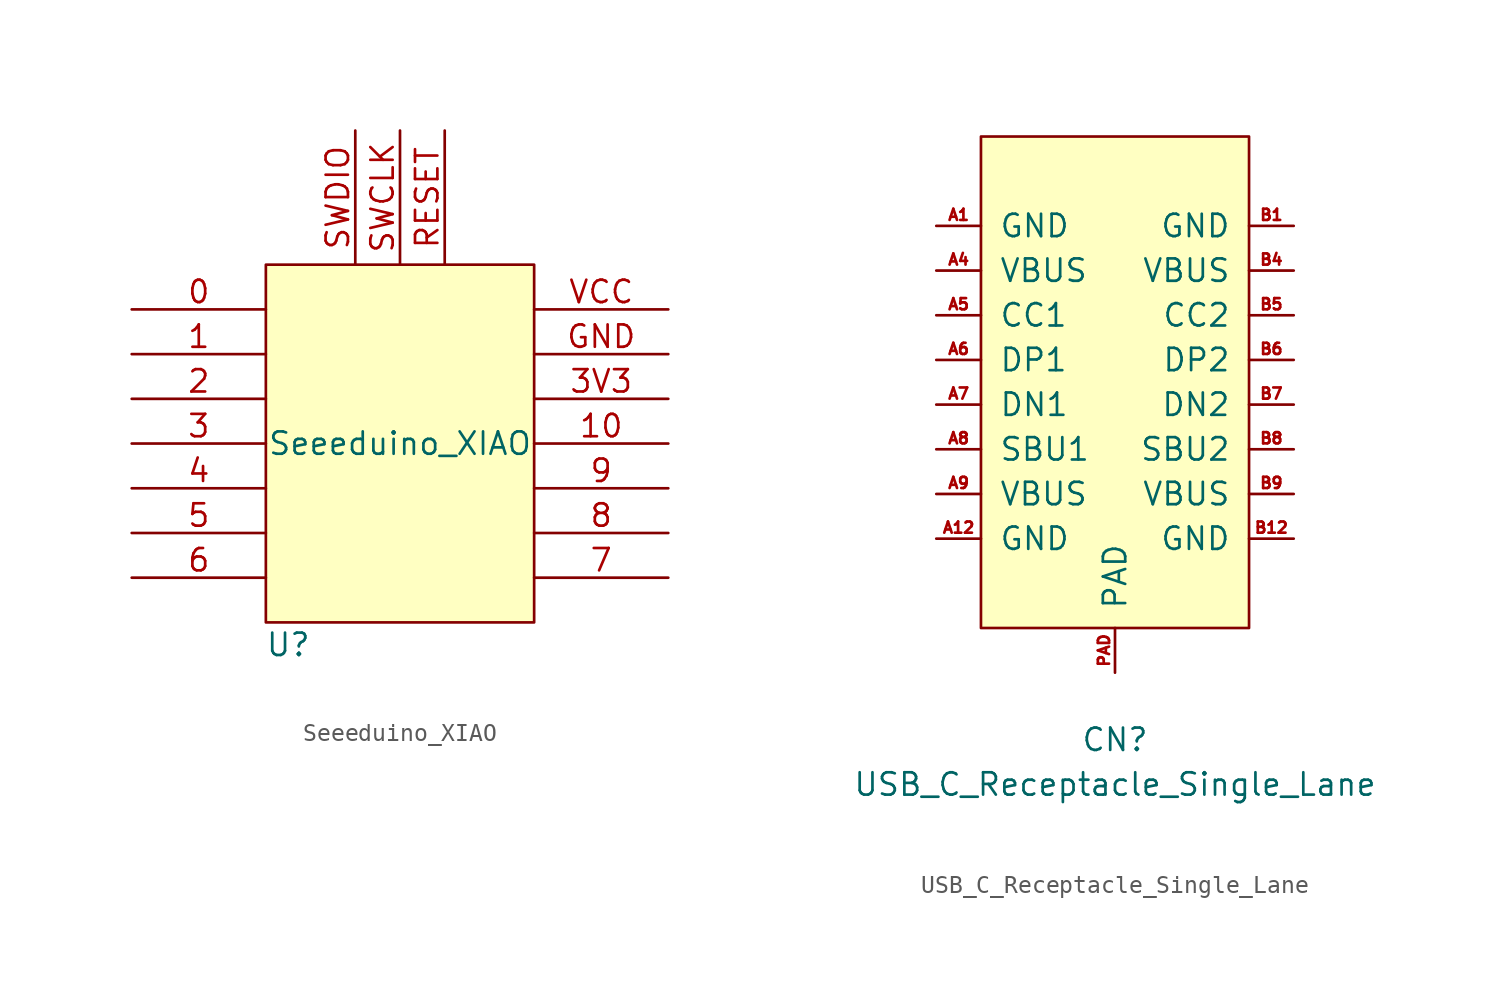
<source format=kicad_sym>
(kicad_symbol_lib
  (version 20211014)
  (generator kicad_symbol_editor)
  (symbol "Seeeduino_XIAO"
    (property "Reference" "U"
      (at -6.35 -11.43 0)
      (effects (font (size 1.27 1.27))))
    (property "Value" "Seeeduino_XIAO"
      (at 0 0 0)
      (effects (font (size 1.27 1.27))))
    (symbol "Seeeduino_XIAO_0_0"
      (pin tri_state line (at -15.24 7.62 0) (length 7.62) (name "" (effects (font (size 1.27 1.27)))) (number "0" (effects (font (size 1.27 1.27)))))
      (pin tri_state line (at -15.24 5.08 0) (length 7.62) (name "" (effects (font (size 1.27 1.27)))) (number "1" (effects (font (size 1.27 1.27)))))
      (pin tri_state line (at 15.24 0 180) (length 7.62) (name "" (effects (font (size 1.27 1.27)))) (number "10" (effects (font (size 1.27 1.27)))))
      (pin tri_state line (at -15.24 2.54 0) (length 7.62) (name "" (effects (font (size 1.27 1.27)))) (number "2" (effects (font (size 1.27 1.27)))))
      (pin tri_state line (at -15.24 0 0) (length 7.62) (name "" (effects (font (size 1.27 1.27)))) (number "3" (effects (font (size 1.27 1.27)))))
      (pin power_out line (at 15.24 2.54 180) (length 7.62) (name "" (effects (font (size 1.27 1.27)))) (number "3V3" (effects (font (size 1.27 1.27)))))
      (pin tri_state line (at -15.24 -2.54 0) (length 7.62) (name "" (effects (font (size 1.27 1.27)))) (number "4" (effects (font (size 1.27 1.27)))))
      (pin tri_state line (at -15.24 -5.08 0) (length 7.62) (name "" (effects (font (size 1.27 1.27)))) (number "5" (effects (font (size 1.27 1.27)))))
      (pin tri_state line (at -15.24 -7.62 0) (length 7.62) (name "" (effects (font (size 1.27 1.27)))) (number "6" (effects (font (size 1.27 1.27)))))
      (pin tri_state line (at 15.24 -7.62 180) (length 7.62) (name "" (effects (font (size 1.27 1.27)))) (number "7" (effects (font (size 1.27 1.27)))))
      (pin tri_state line (at 15.24 -5.08 180) (length 7.62) (name "" (effects (font (size 1.27 1.27)))) (number "8" (effects (font (size 1.27 1.27)))))
      (pin tri_state line (at 15.24 -2.54 180) (length 7.62) (name "" (effects (font (size 1.27 1.27)))) (number "9" (effects (font (size 1.27 1.27)))))
      (pin power_in line (at 15.24 5.08 180) (length 7.62) (name "" (effects (font (size 1.27 1.27)))) (number "GND" (effects (font (size 1.27 1.27)))))
      (pin input line (at 2.54 17.78 270) (length 7.62) (name "" (effects (font (size 1.27 1.27)))) (number "RESET" (effects (font (size 1.27 1.27)))))
      (pin tri_state line (at 0 17.78 270) (length 7.62) (name "" (effects (font (size 1.27 1.27)))) (number "SWCLK" (effects (font (size 1.27 1.27)))))
      (pin tri_state line (at -2.54 17.78 270) (length 7.62) (name "" (effects (font (size 1.27 1.27)))) (number "SWDIO" (effects (font (size 1.27 1.27)))))
      (pin power_in line (at 15.24 7.62 180) (length 7.62) (name "" (effects (font (size 1.27 1.27)))) (number "VCC" (effects (font (size 1.27 1.27))))))
    (symbol "Seeeduino_XIAO_0_1"
      (rectangle (start -7.62 10.16) (end 7.62 -10.16) (stroke (width 0.152) (type default) (color 0 0 0 0)) (fill (type background)))))
  (symbol "USB_C_Receptacle_Single_Lane"
    (pin_names
      (offset 1.016))
    (property "Reference" "CN"
      (at 0 -20.32 0)
      (effects (font (size 1.27 1.27))))
    (property "Value" "USB_C_Receptacle_Single_Lane"
      (at 0 -22.86 0)
      (effects (font (size 1.27 1.27))))
    (symbol "USB_C_Receptacle_Single_Lane_0_1"
      (rectangle (start -7.62 -13.97) (end 7.62 13.97) (stroke (width 0) (type default) (color 0 0 0 0)) (fill (type background))))
    (symbol "USB_C_Receptacle_Single_Lane_1_1"
      (pin power_in line (at -10.16 8.89 0) (length 2.54) (name "GND" (effects (font (size 1.27 1.27)))) (number "A1" (effects (font (size 0.635 0.635)))))
      (pin power_in line (at -10.16 -8.89 0) (length 2.54) (name "GND" (effects (font (size 1.27 1.27)))) (number "A12" (effects (font (size 0.635 0.635)))))
      (pin power_in line (at -10.16 6.35 0) (length 2.54) (name "VBUS" (effects (font (size 1.27 1.27)))) (number "A4" (effects (font (size 0.635 0.635)))))
      (pin passive line (at -10.16 3.81 0) (length 2.54) (name "CC1" (effects (font (size 1.27 1.27)))) (number "A5" (effects (font (size 0.635 0.635)))))
      (pin passive line (at -10.16 1.27 0) (length 2.54) (name "DP1" (effects (font (size 1.27 1.27)))) (number "A6" (effects (font (size 0.635 0.635)))))
      (pin passive line (at -10.16 -1.27 0) (length 2.54) (name "DN1" (effects (font (size 1.27 1.27)))) (number "A7" (effects (font (size 0.635 0.635)))))
      (pin passive line (at -10.16 -3.81 0) (length 2.54) (name "SBU1" (effects (font (size 1.27 1.27)))) (number "A8" (effects (font (size 0.635 0.635)))))
      (pin power_in line (at -10.16 -6.35 0) (length 2.54) (name "VBUS" (effects (font (size 1.27 1.27)))) (number "A9" (effects (font (size 0.635 0.635)))))
      (pin passive line (at 10.16 8.89 180) (length 2.54) (name "GND" (effects (font (size 1.27 1.27)))) (number "B1" (effects (font (size 0.635 0.635)))))
      (pin power_in line (at 10.16 -8.89 180) (length 2.54) (name "GND" (effects (font (size 1.27 1.27)))) (number "B12" (effects (font (size 0.635 0.635)))))
      (pin power_in line (at 10.16 6.35 180) (length 2.54) (name "VBUS" (effects (font (size 1.27 1.27)))) (number "B4" (effects (font (size 0.635 0.635)))))
      (pin passive line (at 10.16 3.81 180) (length 2.54) (name "CC2" (effects (font (size 1.27 1.27)))) (number "B5" (effects (font (size 0.635 0.635)))))
      (pin passive line (at 10.16 1.27 180) (length 2.54) (name "DP2" (effects (font (size 1.27 1.27)))) (number "B6" (effects (font (size 0.635 0.635)))))
      (pin passive line (at 10.16 -1.27 180) (length 2.54) (name "DN2" (effects (font (size 1.27 1.27)))) (number "B7" (effects (font (size 0.635 0.635)))))
      (pin passive line (at 10.16 -3.81 180) (length 2.54) (name "SBU2" (effects (font (size 1.27 1.27)))) (number "B8" (effects (font (size 0.635 0.635)))))
      (pin power_in line (at 10.16 -6.35 180) (length 2.54) (name "VBUS" (effects (font (size 1.27 1.27)))) (number "B9" (effects (font (size 0.635 0.635)))))
      (pin passive line (at 0 -16.51 90) (length 2.54) (name "PAD" (effects (font (size 1.27 1.27)))) (number "PAD" (effects (font (size 0.635 0.635))))))))
</source>
